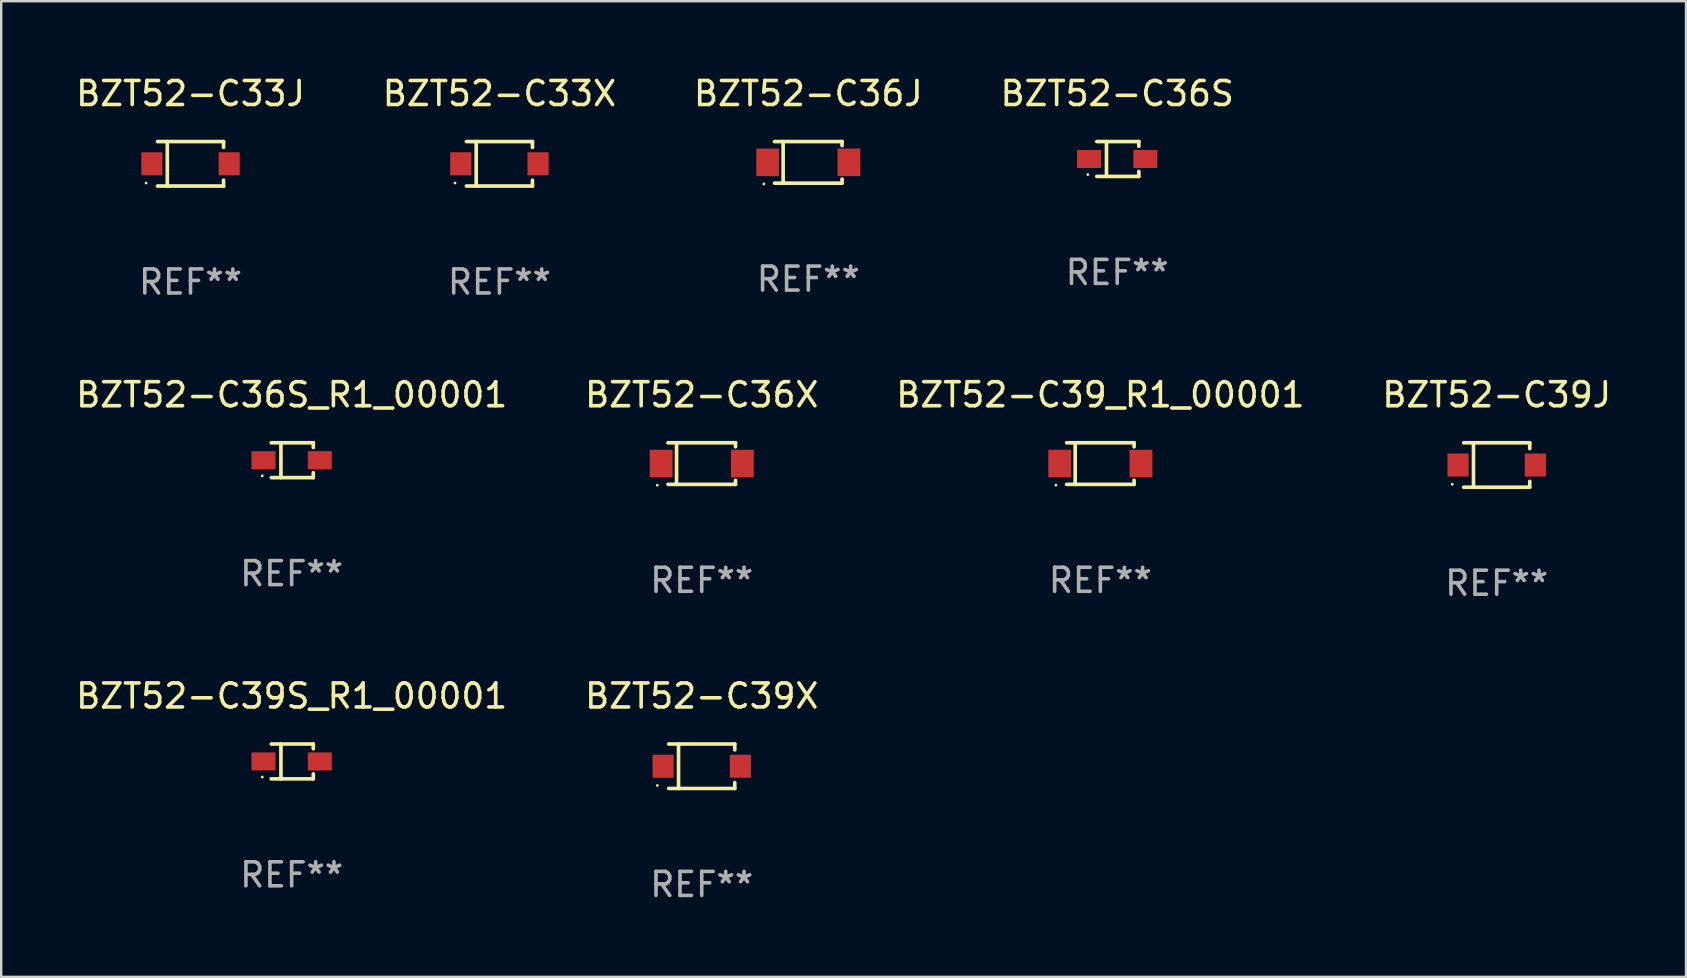
<source format=kicad_pcb>
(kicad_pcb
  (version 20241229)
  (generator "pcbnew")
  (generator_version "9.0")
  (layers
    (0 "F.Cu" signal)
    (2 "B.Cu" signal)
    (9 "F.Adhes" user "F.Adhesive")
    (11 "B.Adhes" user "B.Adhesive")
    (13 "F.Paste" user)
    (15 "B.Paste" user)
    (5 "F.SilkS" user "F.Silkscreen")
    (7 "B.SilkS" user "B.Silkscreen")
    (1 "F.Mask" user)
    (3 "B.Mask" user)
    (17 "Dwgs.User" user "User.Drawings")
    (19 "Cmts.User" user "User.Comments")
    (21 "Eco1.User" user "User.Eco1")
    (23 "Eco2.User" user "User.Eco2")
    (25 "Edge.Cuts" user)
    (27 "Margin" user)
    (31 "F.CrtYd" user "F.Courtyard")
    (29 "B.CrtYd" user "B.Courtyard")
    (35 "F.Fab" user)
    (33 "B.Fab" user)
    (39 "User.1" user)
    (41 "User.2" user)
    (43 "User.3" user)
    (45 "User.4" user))
  (footprint "BZT52-C36J"
    (layer "F.Cu")
    (at 30.625 3.714)
    (property "Reference" "BZT52-C36J" (at 0 -2.866 0) (layer "F.SilkS") (effects (font (size 1 1) (thickness 0.15))))
    (attr through_hole)
    (fp_line (start -1.406 -0.866) (end 1.406 -0.866) (stroke (width 0.152) (type solid)) (layer "F.SilkS"))
    (fp_line (start -1.406 0.866) (end 1.406 0.866) (stroke (width 0.152) (type solid)) (layer "F.SilkS"))
    (fp_line (start -1.049 -0.866) (end -1.049 0.866) (stroke (width 0.152) (type solid)) (layer "F.SilkS"))
    (fp_line (start 1.406 -0.866) (end 1.406 -0.698) (stroke (width 0.152) (type solid)) (layer "F.SilkS"))
    (fp_line (start 1.406 0.866) (end 1.406 0.698) (stroke (width 0.152) (type solid)) (layer "F.SilkS"))
    (fp_circle (center -1.851 0.9) (end -1.821 0.9) (stroke (width 0.06) (type solid)) (fill no) (layer "F.SilkS"))
    (fp_text user "REF**" (at 0 4.866 0) (layer "F.Fab") (effects (font (size 1 1) (thickness 0.15))))
    (pad "1" smd rect (at -1.692 0) (size 0.95 1.15) (layers "F.Cu" "F.Mask" "F.Paste"))
    (pad "2" smd rect (at 1.692 0) (size 0.95 1.15) (layers "F.Cu" "F.Mask" "F.Paste")))
  (footprint "BZT52-C39_R1_00001"
    (layer "F.Cu")
    (at 42.792 16.263)
    (property "Reference" "BZT52-C39_R1_00001" (at 0 -2.866 0) (layer "F.SilkS") (effects (font (size 1 1) (thickness 0.15))))
    (attr through_hole)
    (fp_line (start -1.406 -0.866) (end 1.406 -0.866) (stroke (width 0.152) (type solid)) (layer "F.SilkS"))
    (fp_line (start -1.406 0.866) (end 1.406 0.866) (stroke (width 0.152) (type solid)) (layer "F.SilkS"))
    (fp_line (start -1.049 -0.866) (end -1.049 0.866) (stroke (width 0.152) (type solid)) (layer "F.SilkS"))
    (fp_line (start 1.406 -0.866) (end 1.406 -0.698) (stroke (width 0.152) (type solid)) (layer "F.SilkS"))
    (fp_line (start 1.406 0.866) (end 1.406 0.698) (stroke (width 0.152) (type solid)) (layer "F.SilkS"))
    (fp_circle (center -1.851 0.9) (end -1.821 0.9) (stroke (width 0.06) (type solid)) (fill no) (layer "F.SilkS"))
    (fp_text user "REF**" (at 0 4.866 0) (layer "F.Fab") (effects (font (size 1 1) (thickness 0.15))))
    (pad "1" smd rect (at -1.692 0) (size 0.95 1.15) (layers "F.Cu" "F.Mask" "F.Paste"))
    (pad "2" smd rect (at 1.692 0) (size 0.95 1.15) (layers "F.Cu" "F.Mask" "F.Paste")))
  (footprint "BZT52-C36X"
    (layer "F.Cu")
    (at 26.185 16.263)
    (property "Reference" "BZT52-C36X" (at 0 -2.866 0) (layer "F.SilkS") (effects (font (size 1 1) (thickness 0.15))))
    (attr through_hole)
    (fp_line (start -1.406 -0.866) (end 1.406 -0.866) (stroke (width 0.152) (type solid)) (layer "F.SilkS"))
    (fp_line (start -1.406 0.866) (end 1.406 0.866) (stroke (width 0.152) (type solid)) (layer "F.SilkS"))
    (fp_line (start -1.049 -0.866) (end -1.049 0.866) (stroke (width 0.152) (type solid)) (layer "F.SilkS"))
    (fp_line (start 1.406 -0.866) (end 1.406 -0.698) (stroke (width 0.152) (type solid)) (layer "F.SilkS"))
    (fp_line (start 1.406 0.866) (end 1.406 0.698) (stroke (width 0.152) (type solid)) (layer "F.SilkS"))
    (fp_circle (center -1.851 0.9) (end -1.821 0.9) (stroke (width 0.06) (type solid)) (fill no) (layer "F.SilkS"))
    (fp_text user "REF**" (at 0 4.866 0) (layer "F.Fab") (effects (font (size 1 1) (thickness 0.15))))
    (pad "1" smd rect (at -1.692 0) (size 0.95 1.15) (layers "F.Cu" "F.Mask" "F.Paste"))
    (pad "2" smd rect (at 1.692 0) (size 0.95 1.15) (layers "F.Cu" "F.Mask" "F.Paste")))
  (footprint "BZT52-C39X"
    (layer "F.Cu")
    (at 26.185 28.872)
    (property "Reference" "BZT52-C39X" (at 0 -2.926 0) (layer "F.SilkS") (effects (font (size 1 1) (thickness 0.15))))
    (attr through_hole)
    (fp_line (start -1.376 -0.926) (end 1.376 -0.926) (stroke (width 0.152) (type solid)) (layer "F.SilkS"))
    (fp_line (start -1.376 0.926) (end 1.376 0.926) (stroke (width 0.152) (type solid)) (layer "F.SilkS"))
    (fp_line (start -0.967 -0.926) (end -0.967 0.926) (stroke (width 0.152) (type solid)) (layer "F.SilkS"))
    (fp_line (start 1.376 -0.926) (end 1.376 -0.683) (stroke (width 0.152) (type solid)) (layer "F.SilkS"))
    (fp_line (start 1.376 0.926) (end 1.376 0.683) (stroke (width 0.152) (type solid)) (layer "F.SilkS"))
    (fp_circle (center -1.85 0.8) (end -1.82 0.8) (stroke (width 0.06) (type solid)) (fill no) (layer "F.SilkS"))
    (fp_text user "REF**" (at 0 4.926 0) (layer "F.Fab") (effects (font (size 1 1) (thickness 0.15))))
    (pad "1" smd rect (at -1.61 0) (size 0.88 0.96) (layers "F.Cu" "F.Mask" "F.Paste"))
    (pad "2" smd rect (at 1.61 0) (size 0.88 0.96) (layers "F.Cu" "F.Mask" "F.Paste")))
  (footprint "BZT52-C36S_R1_00001"
    (layer "F.Cu")
    (at 9.101 16.123)
    (property "Reference" "BZT52-C36S_R1_00001" (at 0 -2.726 0) (layer "F.SilkS") (effects (font (size 1 1) (thickness 0.15))))
    (attr through_hole)
    (fp_line (start -0.851 -0.726) (end 0.901 -0.726) (stroke (width 0.152) (type solid)) (layer "F.SilkS"))
    (fp_line (start -0.851 0.726) (end 0.901 0.726) (stroke (width 0.152) (type solid)) (layer "F.SilkS"))
    (fp_line (start -0.447 -0.726) (end -0.447 0.726) (stroke (width 0.152) (type solid)) (layer "F.SilkS"))
    (fp_line (start 0.901 -0.726) (end 0.901 -0.53) (stroke (width 0.152) (type solid)) (layer "F.SilkS"))
    (fp_line (start 0.901 0.726) (end 0.901 0.52) (stroke (width 0.152) (type solid)) (layer "F.SilkS"))
    (fp_circle (center -1.225 0.65) (end -1.195 0.65) (stroke (width 0.06) (type solid)) (fill no) (layer "F.SilkS"))
    (fp_text user "REF**" (at 0 4.726 0) (layer "F.Fab") (effects (font (size 1 1) (thickness 0.15))))
    (pad "1" smd rect (at -1.173 0) (size 1 0.75) (layers "F.Cu" "F.Mask" "F.Paste"))
    (pad "2" smd rect (at 1.173 0) (size 1 0.75) (layers "F.Cu" "F.Mask" "F.Paste")))
  (footprint "BZT52-C33X"
    (layer "F.Cu")
    (at 17.756 3.774)
    (property "Reference" "BZT52-C33X" (at 0 -2.926 0) (layer "F.SilkS") (effects (font (size 1 1) (thickness 0.15))))
    (attr through_hole)
    (fp_line (start -1.376 -0.926) (end 1.376 -0.926) (stroke (width 0.152) (type solid)) (layer "F.SilkS"))
    (fp_line (start -1.376 0.926) (end 1.376 0.926) (stroke (width 0.152) (type solid)) (layer "F.SilkS"))
    (fp_line (start -0.967 -0.926) (end -0.967 0.926) (stroke (width 0.152) (type solid)) (layer "F.SilkS"))
    (fp_line (start 1.376 -0.926) (end 1.376 -0.683) (stroke (width 0.152) (type solid)) (layer "F.SilkS"))
    (fp_line (start 1.376 0.926) (end 1.376 0.683) (stroke (width 0.152) (type solid)) (layer "F.SilkS"))
    (fp_circle (center -1.85 0.8) (end -1.82 0.8) (stroke (width 0.06) (type solid)) (fill no) (layer "F.SilkS"))
    (fp_text user "REF**" (at 0 4.926 0) (layer "F.Fab") (effects (font (size 1 1) (thickness 0.15))))
    (pad "1" smd rect (at -1.61 0) (size 0.88 0.96) (layers "F.Cu" "F.Mask" "F.Paste"))
    (pad "2" smd rect (at 1.61 0) (size 0.88 0.96) (layers "F.Cu" "F.Mask" "F.Paste")))
  (footprint "BZT52-C36S"
    (layer "F.Cu")
    (at 43.494 3.574)
    (property "Reference" "BZT52-C36S" (at 0 -2.726 0) (layer "F.SilkS") (effects (font (size 1 1) (thickness 0.15))))
    (attr through_hole)
    (fp_line (start -0.851 -0.726) (end 0.901 -0.726) (stroke (width 0.152) (type solid)) (layer "F.SilkS"))
    (fp_line (start -0.851 0.726) (end 0.901 0.726) (stroke (width 0.152) (type solid)) (layer "F.SilkS"))
    (fp_line (start -0.447 -0.726) (end -0.447 0.726) (stroke (width 0.152) (type solid)) (layer "F.SilkS"))
    (fp_line (start 0.901 -0.726) (end 0.901 -0.53) (stroke (width 0.152) (type solid)) (layer "F.SilkS"))
    (fp_line (start 0.901 0.726) (end 0.901 0.52) (stroke (width 0.152) (type solid)) (layer "F.SilkS"))
    (fp_circle (center -1.225 0.65) (end -1.195 0.65) (stroke (width 0.06) (type solid)) (fill no) (layer "F.SilkS"))
    (fp_text user "REF**" (at 0 4.726 0) (layer "F.Fab") (effects (font (size 1 1) (thickness 0.15))))
    (pad "1" smd rect (at -1.173 0) (size 1 0.75) (layers "F.Cu" "F.Mask" "F.Paste"))
    (pad "2" smd rect (at 1.173 0) (size 1 0.75) (layers "F.Cu" "F.Mask" "F.Paste")))
  (footprint "BZT52-C33J"
    (layer "F.Cu")
    (at 4.887 3.774)
    (property "Reference" "BZT52-C33J" (at 0 -2.926 0) (layer "F.SilkS") (effects (font (size 1 1) (thickness 0.15))))
    (attr through_hole)
    (fp_line (start -1.376 -0.926) (end 1.376 -0.926) (stroke (width 0.152) (type solid)) (layer "F.SilkS"))
    (fp_line (start -1.376 0.926) (end 1.376 0.926) (stroke (width 0.152) (type solid)) (layer "F.SilkS"))
    (fp_line (start -0.967 -0.926) (end -0.967 0.926) (stroke (width 0.152) (type solid)) (layer "F.SilkS"))
    (fp_line (start 1.376 -0.926) (end 1.376 -0.683) (stroke (width 0.152) (type solid)) (layer "F.SilkS"))
    (fp_line (start 1.376 0.926) (end 1.376 0.683) (stroke (width 0.152) (type solid)) (layer "F.SilkS"))
    (fp_circle (center -1.85 0.8) (end -1.82 0.8) (stroke (width 0.06) (type solid)) (fill no) (layer "F.SilkS"))
    (fp_text user "REF**" (at 0 4.926 0) (layer "F.Fab") (effects (font (size 1 1) (thickness 0.15))))
    (pad "1" smd rect (at -1.61 0) (size 0.88 0.96) (layers "F.Cu" "F.Mask" "F.Paste"))
    (pad "2" smd rect (at 1.61 0) (size 0.88 0.96) (layers "F.Cu" "F.Mask" "F.Paste")))
  (footprint "BZT52-C39J"
    (layer "F.Cu")
    (at 59.304 16.323)
    (property "Reference" "BZT52-C39J" (at 0 -2.926 0) (layer "F.SilkS") (effects (font (size 1 1) (thickness 0.15))))
    (attr through_hole)
    (fp_line (start -1.376 -0.926) (end 1.376 -0.926) (stroke (width 0.152) (type solid)) (layer "F.SilkS"))
    (fp_line (start -1.376 0.926) (end 1.376 0.926) (stroke (width 0.152) (type solid)) (layer "F.SilkS"))
    (fp_line (start -0.967 -0.926) (end -0.967 0.926) (stroke (width 0.152) (type solid)) (layer "F.SilkS"))
    (fp_line (start 1.376 -0.926) (end 1.376 -0.683) (stroke (width 0.152) (type solid)) (layer "F.SilkS"))
    (fp_line (start 1.376 0.926) (end 1.376 0.683) (stroke (width 0.152) (type solid)) (layer "F.SilkS"))
    (fp_circle (center -1.85 0.8) (end -1.82 0.8) (stroke (width 0.06) (type solid)) (fill no) (layer "F.SilkS"))
    (fp_text user "REF**" (at 0 4.926 0) (layer "F.Fab") (effects (font (size 1 1) (thickness 0.15))))
    (pad "1" smd rect (at -1.61 0) (size 0.88 0.96) (layers "F.Cu" "F.Mask" "F.Paste"))
    (pad "2" smd rect (at 1.61 0) (size 0.88 0.96) (layers "F.Cu" "F.Mask" "F.Paste")))
  (footprint "BZT52-C39S_R1_00001"
    (layer "F.Cu")
    (at 9.101 28.672)
    (property "Reference" "BZT52-C39S_R1_00001" (at 0 -2.726 0) (layer "F.SilkS") (effects (font (size 1 1) (thickness 0.15))))
    (attr through_hole)
    (fp_line (start -0.851 -0.726) (end 0.901 -0.726) (stroke (width 0.152) (type solid)) (layer "F.SilkS"))
    (fp_line (start -0.851 0.726) (end 0.901 0.726) (stroke (width 0.152) (type solid)) (layer "F.SilkS"))
    (fp_line (start -0.447 -0.726) (end -0.447 0.726) (stroke (width 0.152) (type solid)) (layer "F.SilkS"))
    (fp_line (start 0.901 -0.726) (end 0.901 -0.53) (stroke (width 0.152) (type solid)) (layer "F.SilkS"))
    (fp_line (start 0.901 0.726) (end 0.901 0.52) (stroke (width 0.152) (type solid)) (layer "F.SilkS"))
    (fp_circle (center -1.225 0.65) (end -1.195 0.65) (stroke (width 0.06) (type solid)) (fill no) (layer "F.SilkS"))
    (fp_text user "REF**" (at 0 4.726 0) (layer "F.Fab") (effects (font (size 1 1) (thickness 0.15))))
    (pad "1" smd rect (at -1.173 0) (size 1 0.75) (layers "F.Cu" "F.Mask" "F.Paste"))
    (pad "2" smd rect (at 1.173 0) (size 1 0.75) (layers "F.Cu" "F.Mask" "F.Paste")))
  (gr_rect
    (start -3 -3)
    (end 67.19 37.647)
    (stroke (width 0.1) (type default))
    (fill no)
    (layer "Edge.Cuts")))
</source>
